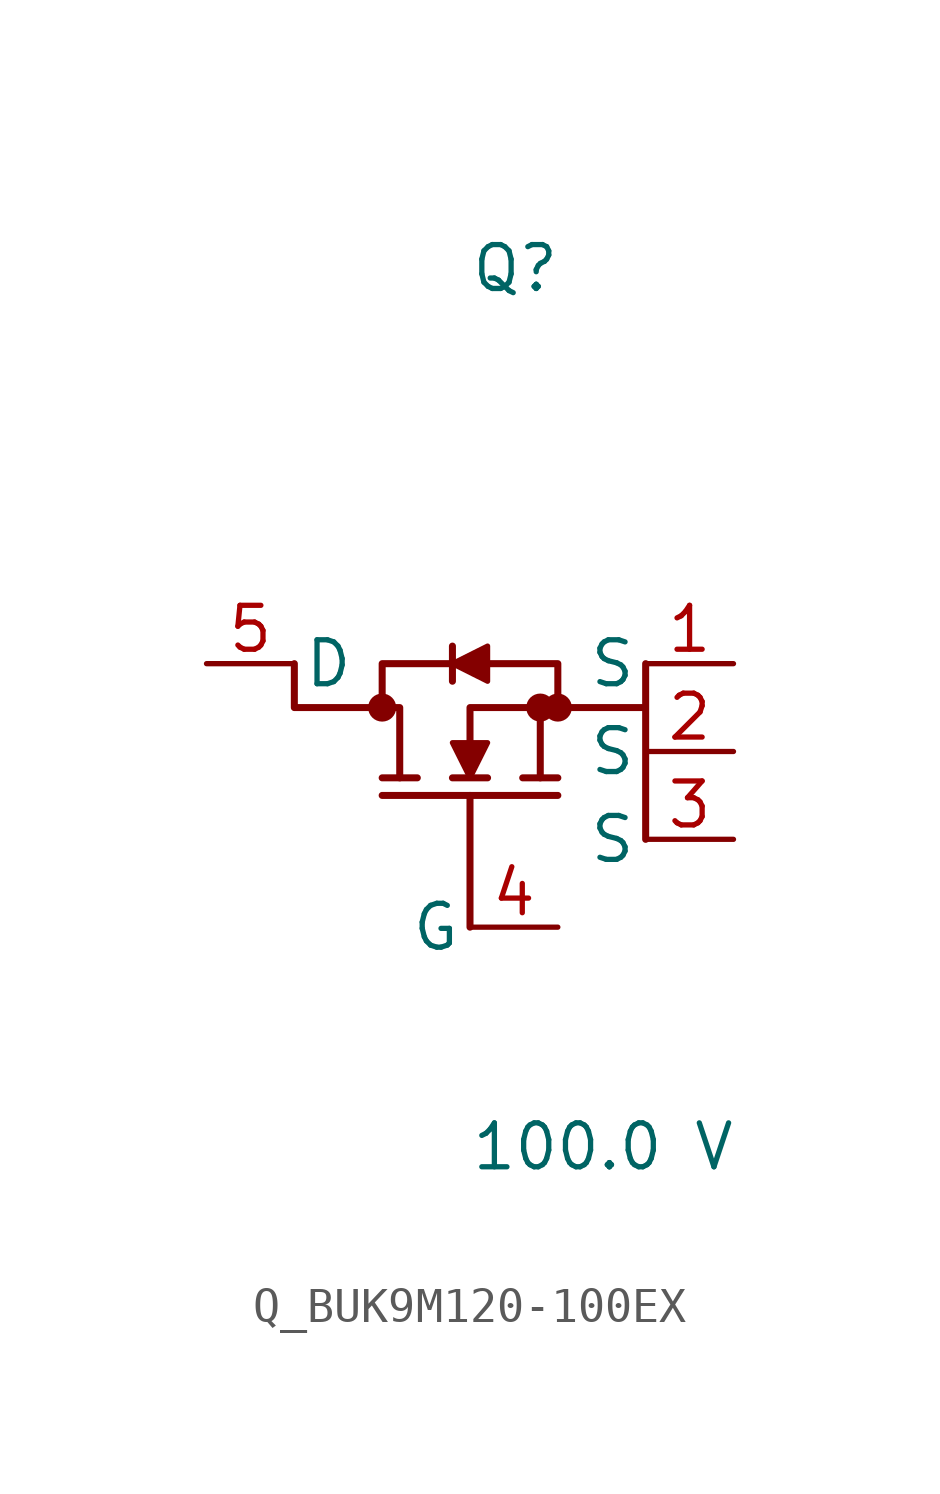
<source format=kicad_sym>
(kicad_symbol_lib
  (version 20231120)
  (generator kicad_symbol_editor)
  (generator_version 8.0)
  (symbol "Q_BUK9M120-100EX"
    (pin_names
      (offset 0.254))
    (property "Reference" "Q"
      (at 0.0 12.7 0)
      (effects (font (size 1.27 1.27)) (justify left)))
    (property "Value" "100.0 V"
      (at 0.0 -12.7 0)
      (effects (font (size 1.27 1.27)) (justify left)))
    (symbol "Q_BUK9M120-100EX_1_0"
      (polyline (pts (xy -0.508 1.778) (xy -0.508 0.762)) (stroke (width 0.203) (type default)) (fill (type none)))
      (polyline (pts (xy 0 -6.35) (xy 0 -2.54)) (stroke (width 0.203) (type default)) (fill (type none)))
      (polyline (pts (xy 2.54 -2.54) (xy -2.54 -2.54)) (stroke (width 0.203) (type default)) (fill (type none)))
      (polyline (pts (xy 2.54 -2.032) (xy 1.524 -2.032)) (stroke (width 0.203) (type default)) (fill (type none)))
      (circle (center -2.54 0) (radius 0.025) (stroke (width 0.381) (type default)) (fill (type none)))
      (polyline (pts (xy -1.524 -2.032) (xy -2.54 -2.032)) (stroke (width 0.203) (type default)) (fill (type none)))
      (polyline (pts (xy 0.508 -2.032) (xy -0.508 -2.032)) (stroke (width 0.203) (type default)) (fill (type none)))
      (polyline (pts (xy -2.032 -2.032) (xy -2.032 0) (xy -2.54 0)) (stroke (width 0.203) (type default)) (fill (type none)))
      (polyline (pts (xy -0.508 1.27) (xy 0.508 0.762) (xy 0.508 1.778) (xy -0.508 1.27)) (stroke (width 0) (type default)) (fill (type outline)))
      (polyline (pts (xy 0 -2.032) (xy 0.508 -1.016) (xy -0.508 -1.016) (xy 0 -2.032)) (stroke (width 0) (type default)) (fill (type outline)))
      (polyline (pts (xy -5.08 1.27) (xy -5.08 0) (xy -2.54 0) (xy -2.54 1.27) (xy -0.508 1.27)) (stroke (width 0.203) (type default)) (fill (type none)))
      (polyline (pts (xy 0 -1.016) (xy 0 0) (xy 2.54 0) (xy 2.032 0) (xy 2.032 -2.032)) (stroke (width 0.203) (type default)) (fill (type none)))
      (polyline (pts (xy 0.508 1.27) (xy 2.54 1.27) (xy 2.54 0) (xy 5.08 0) (xy 5.08 1.27) (xy 5.08 -3.81)) (stroke (width 0.203) (type default)) (fill (type none)))
      (circle (center 2.032 0) (radius 0.025) (stroke (width 0.381) (type default)) (fill (type none)))
      (circle (center 2.54 0) (radius 0.025) (stroke (width 0.381) (type default)) (fill (type none)))
      (pin unspecified line (at -7.62 1.27 0) (length 2.54) (name "D" (effects (font (size 1.27 1.27)))) (number "5" (effects (font (size 1.27 1.27)))))
      (pin unspecified line (at 7.62 1.27 180) (length 2.54) (name "S" (effects (font (size 1.27 1.27)))) (number "1" (effects (font (size 1.27 1.27)))))
      (pin unspecified line (at 7.62 -1.27 180) (length 2.54) (name "S" (effects (font (size 1.27 1.27)))) (number "2" (effects (font (size 1.27 1.27)))))
      (pin unspecified line (at 7.62 -3.81 180) (length 2.54) (name "S" (effects (font (size 1.27 1.27)))) (number "3" (effects (font (size 1.27 1.27)))))
      (pin unspecified line (at 2.54 -6.35 180) (length 2.54) (name "G" (effects (font (size 1.27 1.27)))) (number "4" (effects (font (size 1.27 1.27))))))))
</source>
